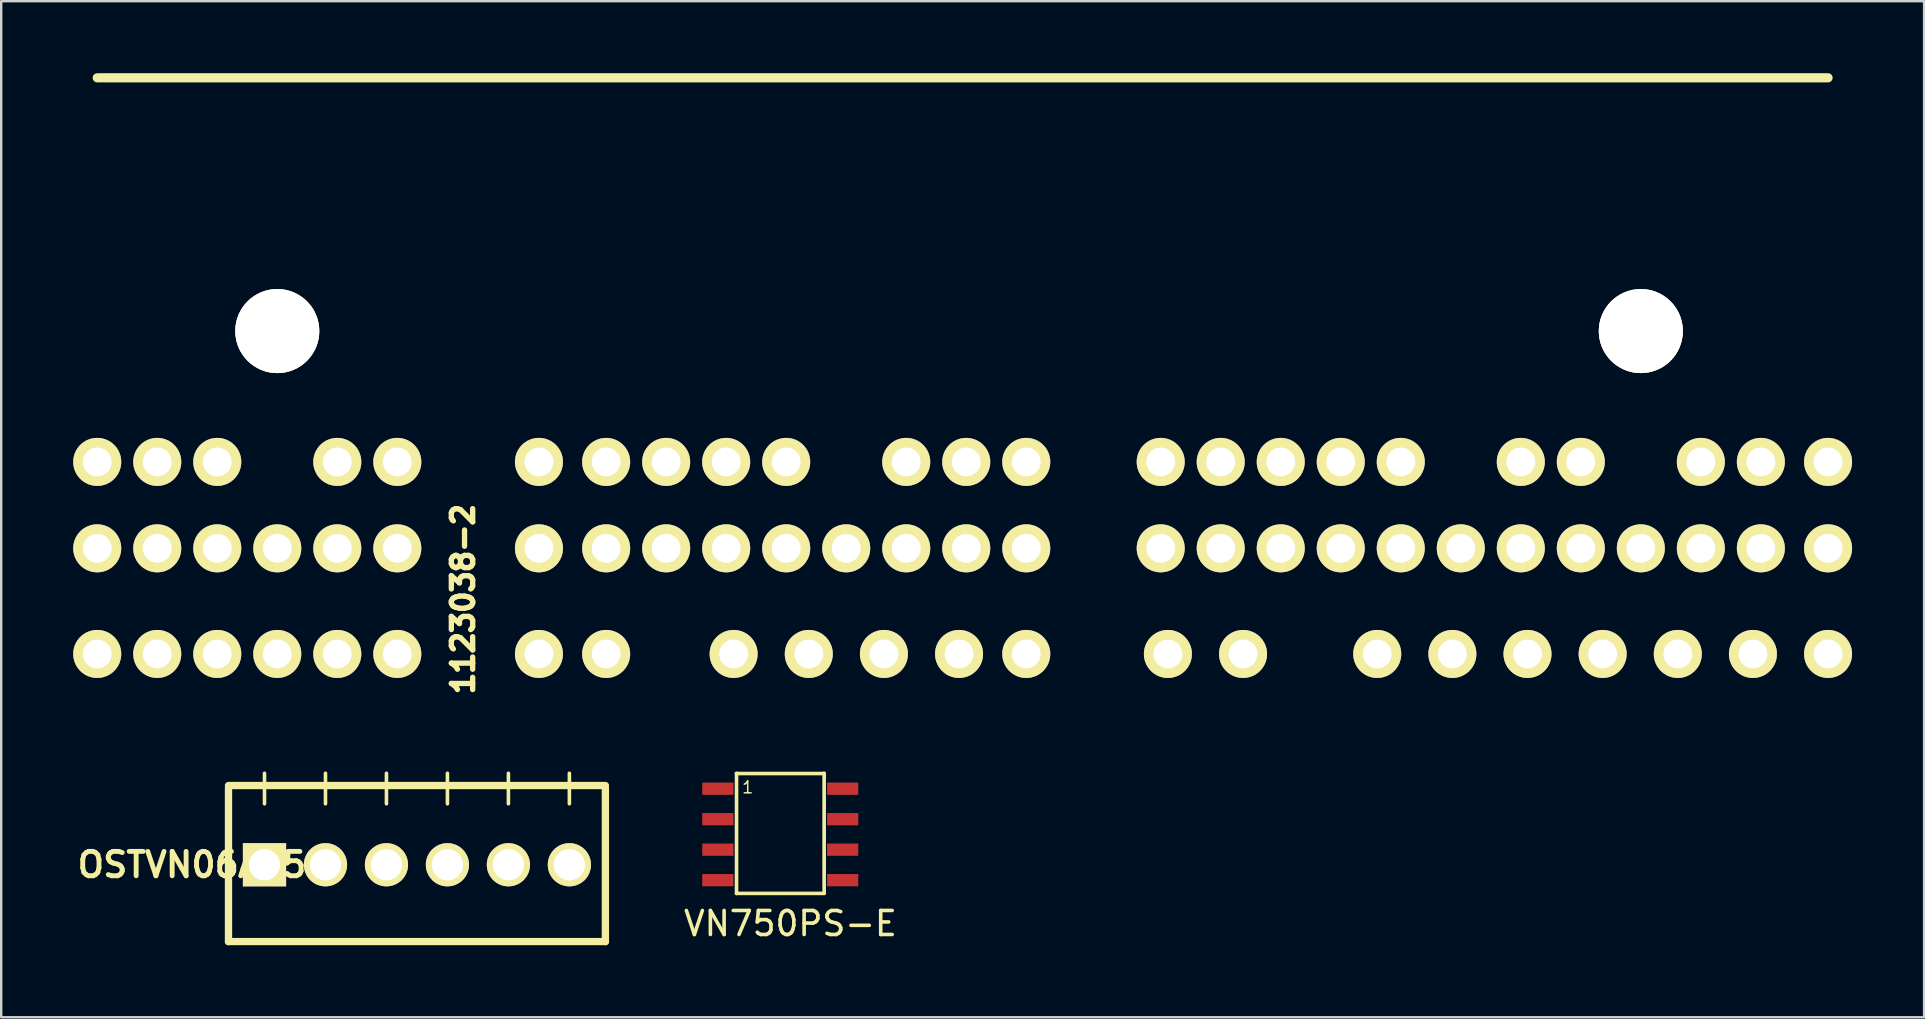
<source format=kicad_pcb>
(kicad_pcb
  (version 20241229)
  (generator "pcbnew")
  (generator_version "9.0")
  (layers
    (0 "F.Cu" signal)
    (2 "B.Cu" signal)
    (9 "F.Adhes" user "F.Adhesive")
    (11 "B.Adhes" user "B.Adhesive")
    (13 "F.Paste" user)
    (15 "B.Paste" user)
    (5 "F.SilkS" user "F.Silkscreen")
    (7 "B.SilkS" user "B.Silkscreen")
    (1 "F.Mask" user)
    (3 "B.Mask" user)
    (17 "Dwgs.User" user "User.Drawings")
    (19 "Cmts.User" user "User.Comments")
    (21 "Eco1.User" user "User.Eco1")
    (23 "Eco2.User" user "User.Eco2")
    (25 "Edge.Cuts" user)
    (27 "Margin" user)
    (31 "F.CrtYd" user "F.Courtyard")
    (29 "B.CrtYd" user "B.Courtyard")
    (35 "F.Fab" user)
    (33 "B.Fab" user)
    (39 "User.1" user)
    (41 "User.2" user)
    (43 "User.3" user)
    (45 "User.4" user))
  (footprint "OSTVN06A150"
    (layer "F.Cu")
    (at 14.318 32.972)
    (property "Reference" "OSTVN06A150" (at -8.89 0 0) (layer "F.SilkS") (effects (font (size 1.016 1.016) (thickness 0.203))))
    (attr through_hole)
    (fp_line (start -7.85 -3.3) (end 7.85 -3.3) (stroke (width 0.305) (type solid)) (layer "F.SilkS"))
    (fp_line (start -7.85 3.2) (end -7.85 -3.2) (stroke (width 0.305) (type solid)) (layer "F.SilkS"))
    (fp_line (start -6.35 -2.54) (end -6.35 -3.81) (stroke (width 0.15) (type solid)) (layer "F.SilkS"))
    (fp_line (start -3.81 -2.54) (end -3.81 -3.81) (stroke (width 0.15) (type solid)) (layer "F.SilkS"))
    (fp_line (start -1.27 -2.54) (end -1.27 -3.81) (stroke (width 0.15) (type solid)) (layer "F.SilkS"))
    (fp_line (start 1.27 -2.54) (end 1.27 -3.81) (stroke (width 0.15) (type solid)) (layer "F.SilkS"))
    (fp_line (start 3.81 -2.54) (end 3.81 -3.81) (stroke (width 0.15) (type solid)) (layer "F.SilkS"))
    (fp_line (start 6.35 -2.54) (end 6.35 -3.81) (stroke (width 0.15) (type solid)) (layer "F.SilkS"))
    (fp_line (start 7.85 -3.2) (end 7.85 3.2) (stroke (width 0.305) (type solid)) (layer "F.SilkS"))
    (fp_line (start 7.85 3.2) (end -7.85 3.2) (stroke (width 0.305) (type solid)) (layer "F.SilkS"))
    (pad "1" thru_hole rect (at -6.35 0) (size 1.8 1.8) (drill 1.3) (layers "*.Cu" "*.Mask" "F.SilkS"))
    (pad "2" thru_hole circle (at -3.81 0) (size 1.8 1.8) (drill 1.3) (layers "*.Cu" "*.Mask" "F.SilkS"))
    (pad "3" thru_hole circle (at -1.27 0) (size 1.8 1.8) (drill 1.3) (layers "*.Cu" "*.Mask" "F.SilkS"))
    (pad "4" thru_hole circle (at 1.27 0) (size 1.8 1.8) (drill 1.3) (layers "*.Cu" "*.Mask" "F.SilkS"))
    (pad "5" thru_hole circle (at 3.81 0) (size 1.8 1.8) (drill 1.3) (layers "*.Cu" "*.Mask" "F.SilkS"))
    (pad "6" thru_hole circle (at 6.35 0) (size 1.8 1.8) (drill 1.3) (layers "*.Cu" "*.Mask" "F.SilkS")))
  (footprint "1123038-2"
    (layer "F.Cu")
    (at 1 16.191)
    (property "Reference" "1123038-2" (at 15.24 5.715 90) (layer "F.SilkS") (effects (font (size 0.889 0.889) (thickness 0.224))))
    (attr through_hole)
    (fp_line (start 0 -16) (end 72.1 -16) (stroke (width 0.381) (type solid)) (layer "F.SilkS"))
    (pad "" thru_hole circle (at 7.5 -5.45) (size 3.5 3.5) (drill 3.5) (layers "*.Cu" "*.Mask" "F.SilkS"))
    (pad "" thru_hole circle (at 64.3 -5.45) (size 3.5 3.5) (drill 3.5) (layers "*.Cu" "*.Mask" "F.SilkS"))
    (pad "1" thru_hole circle (at 0 0) (size 2 2) (drill 1.2) (layers "*.Cu" "*.Mask" "F.SilkS"))
    (pad "2" thru_hole circle (at 2.5 0) (size 2 2) (drill 1.2) (layers "*.Cu" "*.Mask" "F.SilkS"))
    (pad "3" thru_hole circle (at 5 0) (size 2 2) (drill 1.2) (layers "*.Cu" "*.Mask" "F.SilkS"))
    (pad "4" thru_hole circle (at 10 0) (size 2 2) (drill 1.2) (layers "*.Cu" "*.Mask" "F.SilkS"))
    (pad "5" thru_hole circle (at 12.5 0) (size 2 2) (drill 1.2) (layers "*.Cu" "*.Mask" "F.SilkS"))
    (pad "6" thru_hole circle (at 18.4 0) (size 2 2) (drill 1.2) (layers "*.Cu" "*.Mask" "F.SilkS"))
    (pad "7" thru_hole circle (at 21.2 0) (size 2 2) (drill 1.2) (layers "*.Cu" "*.Mask" "F.SilkS"))
    (pad "8" thru_hole circle (at 23.7 0) (size 2 2) (drill 1.2) (layers "*.Cu" "*.Mask" "F.SilkS"))
    (pad "9" thru_hole circle (at 26.2 0) (size 2 2) (drill 1.2) (layers "*.Cu" "*.Mask" "F.SilkS"))
    (pad "10" thru_hole circle (at 28.7 0) (size 2 2) (drill 1.2) (layers "*.Cu" "*.Mask" "F.SilkS"))
    (pad "11" thru_hole circle (at 33.7 0) (size 2 2) (drill 1.2) (layers "*.Cu" "*.Mask" "F.SilkS"))
    (pad "12" thru_hole circle (at 36.2 0) (size 2 2) (drill 1.2) (layers "*.Cu" "*.Mask" "F.SilkS"))
    (pad "13" thru_hole circle (at 38.7 0) (size 2 2) (drill 1.2) (layers "*.Cu" "*.Mask" "F.SilkS"))
    (pad "14" thru_hole circle (at 44.3 0) (size 2 2) (drill 1.2) (layers "*.Cu" "*.Mask" "F.SilkS"))
    (pad "15" thru_hole circle (at 46.8 0) (size 2 2) (drill 1.2) (layers "*.Cu" "*.Mask" "F.SilkS"))
    (pad "16" thru_hole circle (at 49.3 0) (size 2 2) (drill 1.2) (layers "*.Cu" "*.Mask" "F.SilkS"))
    (pad "17" thru_hole circle (at 51.8 0) (size 2 2) (drill 1.2) (layers "*.Cu" "*.Mask" "F.SilkS"))
    (pad "18" thru_hole circle (at 54.3 0) (size 2 2) (drill 1.2) (layers "*.Cu" "*.Mask" "F.SilkS"))
    (pad "19" thru_hole circle (at 59.3 0) (size 2 2) (drill 1.2) (layers "*.Cu" "*.Mask" "F.SilkS"))
    (pad "20" thru_hole circle (at 61.8 0) (size 2 2) (drill 1.2) (layers "*.Cu" "*.Mask" "F.SilkS"))
    (pad "21" thru_hole circle (at 66.8 0) (size 2 2) (drill 1.2) (layers "*.Cu" "*.Mask" "F.SilkS"))
    (pad "22" thru_hole circle (at 69.3 0) (size 2 2) (drill 1.2) (layers "*.Cu" "*.Mask" "F.SilkS"))
    (pad "23" thru_hole circle (at 72.1 0) (size 2 2) (drill 1.2) (layers "*.Cu" "*.Mask" "F.SilkS"))
    (pad "24" thru_hole circle (at 0 3.6) (size 2 2) (drill 1.2) (layers "*.Cu" "*.Mask" "F.SilkS"))
    (pad "25" thru_hole circle (at 2.5 3.6) (size 2 2) (drill 1.2) (layers "*.Cu" "*.Mask" "F.SilkS"))
    (pad "26" thru_hole circle (at 5 3.6) (size 2 2) (drill 1.2) (layers "*.Cu" "*.Mask" "F.SilkS"))
    (pad "27" thru_hole circle (at 7.5 3.6) (size 2 2) (drill 1.2) (layers "*.Cu" "*.Mask" "F.SilkS"))
    (pad "28" thru_hole circle (at 10 3.6) (size 2 2) (drill 1.2) (layers "*.Cu" "*.Mask" "F.SilkS"))
    (pad "29" thru_hole circle (at 12.5 3.6) (size 2 2) (drill 1.2) (layers "*.Cu" "*.Mask" "F.SilkS"))
    (pad "30" thru_hole circle (at 18.4 3.6) (size 2 2) (drill 1.2) (layers "*.Cu" "*.Mask" "F.SilkS"))
    (pad "31" thru_hole circle (at 21.2 3.6) (size 2 2) (drill 1.2) (layers "*.Cu" "*.Mask" "F.SilkS"))
    (pad "32" thru_hole circle (at 23.7 3.6) (size 2 2) (drill 1.2) (layers "*.Cu" "*.Mask" "F.SilkS"))
    (pad "33" thru_hole circle (at 26.2 3.6) (size 2 2) (drill 1.2) (layers "*.Cu" "*.Mask" "F.SilkS"))
    (pad "34" thru_hole circle (at 28.7 3.6) (size 2 2) (drill 1.2) (layers "*.Cu" "*.Mask" "F.SilkS"))
    (pad "35" thru_hole circle (at 31.2 3.6) (size 2 2) (drill 1.2) (layers "*.Cu" "*.Mask" "F.SilkS"))
    (pad "36" thru_hole circle (at 33.7 3.6) (size 2 2) (drill 1.2) (layers "*.Cu" "*.Mask" "F.SilkS"))
    (pad "37" thru_hole circle (at 36.2 3.6) (size 2 2) (drill 1.2) (layers "*.Cu" "*.Mask" "F.SilkS"))
    (pad "38" thru_hole circle (at 38.7 3.6) (size 2 2) (drill 1.2) (layers "*.Cu" "*.Mask" "F.SilkS"))
    (pad "39" thru_hole circle (at 44.3 3.6) (size 2 2) (drill 1.2) (layers "*.Cu" "*.Mask" "F.SilkS"))
    (pad "40" thru_hole circle (at 46.8 3.6) (size 2 2) (drill 1.2) (layers "*.Cu" "*.Mask" "F.SilkS"))
    (pad "41" thru_hole circle (at 49.3 3.6) (size 2 2) (drill 1.2) (layers "*.Cu" "*.Mask" "F.SilkS"))
    (pad "42" thru_hole circle (at 51.8 3.6) (size 2 2) (drill 1.2) (layers "*.Cu" "*.Mask" "F.SilkS"))
    (pad "43" thru_hole circle (at 54.3 3.6) (size 2 2) (drill 1.2) (layers "*.Cu" "*.Mask" "F.SilkS"))
    (pad "44" thru_hole circle (at 56.8 3.6) (size 2 2) (drill 1.2) (layers "*.Cu" "*.Mask" "F.SilkS"))
    (pad "45" thru_hole circle (at 59.3 3.6) (size 2 2) (drill 1.2) (layers "*.Cu" "*.Mask" "F.SilkS"))
    (pad "46" thru_hole circle (at 61.8 3.6) (size 2 2) (drill 1.2) (layers "*.Cu" "*.Mask" "F.SilkS"))
    (pad "47" thru_hole circle (at 64.3 3.6) (size 2 2) (drill 1.2) (layers "*.Cu" "*.Mask" "F.SilkS"))
    (pad "48" thru_hole circle (at 66.8 3.6) (size 2 2) (drill 1.2) (layers "*.Cu" "*.Mask" "F.SilkS"))
    (pad "49" thru_hole circle (at 69.3 3.6) (size 2 2) (drill 1.2) (layers "*.Cu" "*.Mask" "F.SilkS"))
    (pad "50" thru_hole circle (at 72.1 3.6) (size 2 2) (drill 1.2) (layers "*.Cu" "*.Mask" "F.SilkS"))
    (pad "51" thru_hole circle (at 0 8) (size 2 2) (drill 1.2) (layers "*.Cu" "*.Mask" "F.SilkS"))
    (pad "52" thru_hole circle (at 2.5 8) (size 2 2) (drill 1.2) (layers "*.Cu" "*.Mask" "F.SilkS"))
    (pad "53" thru_hole circle (at 5 8) (size 2 2) (drill 1.2) (layers "*.Cu" "*.Mask" "F.SilkS"))
    (pad "54" thru_hole circle (at 7.5 8) (size 2 2) (drill 1.2) (layers "*.Cu" "*.Mask" "F.SilkS"))
    (pad "55" thru_hole circle (at 10 8) (size 2 2) (drill 1.2) (layers "*.Cu" "*.Mask" "F.SilkS"))
    (pad "56" thru_hole circle (at 12.5 8) (size 2 2) (drill 1.2) (layers "*.Cu" "*.Mask" "F.SilkS"))
    (pad "57" thru_hole circle (at 18.4 8) (size 2 2) (drill 1.2) (layers "*.Cu" "*.Mask" "F.SilkS"))
    (pad "58" thru_hole circle (at 21.2 8) (size 2 2) (drill 1.2) (layers "*.Cu" "*.Mask" "F.SilkS"))
    (pad "59" thru_hole circle (at 26.51 8) (size 2 2) (drill 1.2) (layers "*.Cu" "*.Mask" "F.SilkS"))
    (pad "60" thru_hole circle (at 29.64 8) (size 2 2) (drill 1.2) (layers "*.Cu" "*.Mask" "F.SilkS"))
    (pad "61" thru_hole circle (at 32.77 8) (size 2 2) (drill 1.2) (layers "*.Cu" "*.Mask" "F.SilkS"))
    (pad "62" thru_hole circle (at 35.9 8) (size 2 2) (drill 1.2) (layers "*.Cu" "*.Mask" "F.SilkS"))
    (pad "63" thru_hole circle (at 38.7 8) (size 2 2) (drill 1.2) (layers "*.Cu" "*.Mask" "F.SilkS"))
    (pad "64" thru_hole circle (at 44.6 8) (size 2 2) (drill 1.2) (layers "*.Cu" "*.Mask" "F.SilkS"))
    (pad "65" thru_hole circle (at 47.73 8) (size 2 2) (drill 1.2) (layers "*.Cu" "*.Mask" "F.SilkS"))
    (pad "66" thru_hole circle (at 53.32 8) (size 2 2) (drill 1.2) (layers "*.Cu" "*.Mask" "F.SilkS"))
    (pad "67" thru_hole circle (at 56.45 8) (size 2 2) (drill 1.2) (layers "*.Cu" "*.Mask" "F.SilkS"))
    (pad "68" thru_hole circle (at 59.58 8) (size 2 2) (drill 1.2) (layers "*.Cu" "*.Mask" "F.SilkS"))
    (pad "69" thru_hole circle (at 62.71 8) (size 2 2) (drill 1.2) (layers "*.Cu" "*.Mask" "F.SilkS"))
    (pad "70" thru_hole circle (at 65.84 8) (size 2 2) (drill 1.2) (layers "*.Cu" "*.Mask" "F.SilkS"))
    (pad "71" thru_hole circle (at 68.97 8) (size 2 2) (drill 1.2) (layers "*.Cu" "*.Mask" "F.SilkS"))
    (pad "72" thru_hole circle (at 72.1 8) (size 2 2) (drill 1.2) (layers "*.Cu" "*.Mask" "F.SilkS")))
  (footprint "VN750PS-E"
    (layer "F.Cu")
    (at 29.551 31.753)
    (property "Reference" "VN750PS-E" (at 0.324 3.669 0) (layer "F.SilkS") (effects (font (size 1 1) (thickness 0.15))))
    (attr through_hole)
    (fp_line (start -1.925 -2.581) (end 1.725 -2.581) (stroke (width 0.15) (type solid)) (layer "F.SilkS"))
    (fp_line (start -1.92 -2.588) (end -1.92 2.412) (stroke (width 0.15) (type solid)) (layer "F.SilkS"))
    (fp_line (start -1.92 2.413) (end 1.73 2.413) (stroke (width 0.15) (type solid)) (layer "F.SilkS"))
    (fp_line (start 1.73 -2.591) (end 1.73 2.409) (stroke (width 0.15) (type solid)) (layer "F.SilkS"))
    (fp_text user "1" (at -1.455 -2.007 0) (layer "F.SilkS") (effects (font (size 0.5 0.5) (thickness 0.062))))
    (pad "1" smd rect (at -2.698 -1.949 270) (size 0.51 1.3) (layers "F.Cu" "F.Mask" "F.Paste"))
    (pad "2" smd rect (at -2.698 -0.679 270) (size 0.51 1.3) (layers "F.Cu" "F.Mask" "F.Paste"))
    (pad "3" smd rect (at -2.698 0.591 270) (size 0.51 1.3) (layers "F.Cu" "F.Mask" "F.Paste"))
    (pad "4" smd rect (at -2.698 1.861 270) (size 0.51 1.3) (layers "F.Cu" "F.Mask" "F.Paste"))
    (pad "5" smd rect (at 2.502 1.861 270) (size 0.51 1.3) (layers "F.Cu" "F.Mask" "F.Paste"))
    (pad "6" smd rect (at 2.502 0.591 270) (size 0.51 1.3) (layers "F.Cu" "F.Mask" "F.Paste"))
    (pad "7" smd rect (at 2.502 -0.679 270) (size 0.51 1.3) (layers "F.Cu" "F.Mask" "F.Paste"))
    (pad "8" smd rect (at 2.502 -1.949 270) (size 0.51 1.3) (layers "F.Cu" "F.Mask" "F.Paste")))
  (gr_rect
    (start -3 -3)
    (end 77.1 39.324)
    (stroke (width 0.1) (type default))
    (fill no)
    (layer "Edge.Cuts")))
</source>
